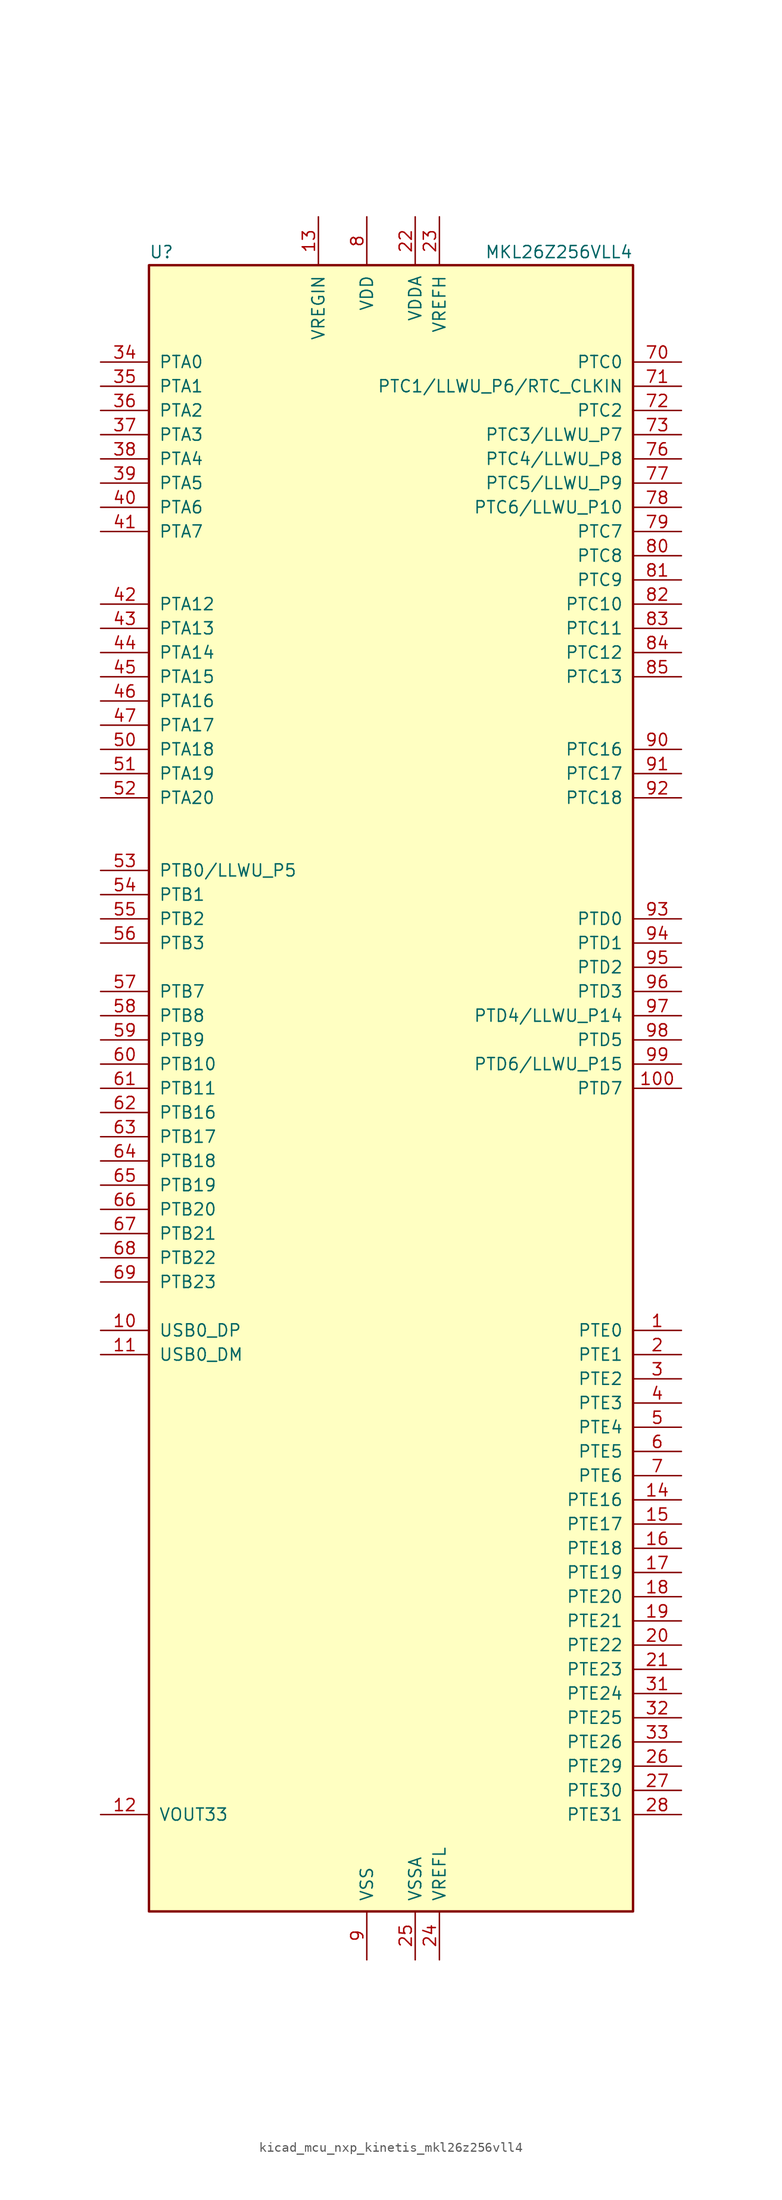
<source format=kicad_sym>
(kicad_symbol_lib
  (version 20220914)
  (generator kicad_symbol_editor)
  (symbol "kicad_mcu_nxp_kinetis_mkl26z256vll4"
    (pin_names
      (offset 1.016))
    (property "Reference" "U"
      (at -25.4 86.995 0)
      (effects (font (size 1.27 1.27)) (justify left bottom)))
    (property "Value" "MKL26Z256VLL4"
      (at 25.4 86.995 0)
      (effects (font (size 1.27 1.27)) (justify right bottom)))
    (symbol "kicad_mcu_nxp_kinetis_mkl26z256vll4_0_1"
      (rectangle (start -25.4 86.36) (end 25.4 -86.36) (stroke (width 0.254) (type default)) (fill (type background))))
    (symbol "kicad_mcu_nxp_kinetis_mkl26z256vll4_1_1"
      (pin bidirectional line (at 30.48 -25.4 180) (length 5.08) (name "PTE0" (effects (font (size 1.27 1.27)))) (number "1" (effects (font (size 1.27 1.27)))))
      (pin bidirectional line (at -30.48 -25.4 0) (length 5.08) (name "USB0_DP" (effects (font (size 1.27 1.27)))) (number "10" (effects (font (size 1.27 1.27)))))
      (pin bidirectional line (at 30.48 0 180) (length 5.08) (name "PTD7" (effects (font (size 1.27 1.27)))) (number "100" (effects (font (size 1.27 1.27)))))
      (pin bidirectional line (at -30.48 -27.94 0) (length 5.08) (name "USB0_DM" (effects (font (size 1.27 1.27)))) (number "11" (effects (font (size 1.27 1.27)))))
      (pin power_out line (at -30.48 -76.2 0) (length 5.08) (name "VOUT33" (effects (font (size 1.27 1.27)))) (number "12" (effects (font (size 1.27 1.27)))))
      (pin power_in line (at -7.62 91.44 270) (length 5.08) (name "VREGIN" (effects (font (size 1.27 1.27)))) (number "13" (effects (font (size 1.27 1.27)))))
      (pin bidirectional line (at 30.48 -43.18 180) (length 5.08) (name "PTE16" (effects (font (size 1.27 1.27)))) (number "14" (effects (font (size 1.27 1.27)))))
      (pin bidirectional line (at 30.48 -45.72 180) (length 5.08) (name "PTE17" (effects (font (size 1.27 1.27)))) (number "15" (effects (font (size 1.27 1.27)))))
      (pin bidirectional line (at 30.48 -48.26 180) (length 5.08) (name "PTE18" (effects (font (size 1.27 1.27)))) (number "16" (effects (font (size 1.27 1.27)))))
      (pin bidirectional line (at 30.48 -50.8 180) (length 5.08) (name "PTE19" (effects (font (size 1.27 1.27)))) (number "17" (effects (font (size 1.27 1.27)))))
      (pin bidirectional line (at 30.48 -53.34 180) (length 5.08) (name "PTE20" (effects (font (size 1.27 1.27)))) (number "18" (effects (font (size 1.27 1.27)))))
      (pin bidirectional line (at 30.48 -55.88 180) (length 5.08) (name "PTE21" (effects (font (size 1.27 1.27)))) (number "19" (effects (font (size 1.27 1.27)))))
      (pin bidirectional line (at 30.48 -27.94 180) (length 5.08) (name "PTE1" (effects (font (size 1.27 1.27)))) (number "2" (effects (font (size 1.27 1.27)))))
      (pin bidirectional line (at 30.48 -58.42 180) (length 5.08) (name "PTE22" (effects (font (size 1.27 1.27)))) (number "20" (effects (font (size 1.27 1.27)))))
      (pin bidirectional line (at 30.48 -60.96 180) (length 5.08) (name "PTE23" (effects (font (size 1.27 1.27)))) (number "21" (effects (font (size 1.27 1.27)))))
      (pin power_in line (at 2.54 91.44 270) (length 5.08) (name "VDDA" (effects (font (size 1.27 1.27)))) (number "22" (effects (font (size 1.27 1.27)))))
      (pin power_in line (at 5.08 91.44 270) (length 5.08) (name "VREFH" (effects (font (size 1.27 1.27)))) (number "23" (effects (font (size 1.27 1.27)))))
      (pin power_in line (at 5.08 -91.44 90) (length 5.08) (name "VREFL" (effects (font (size 1.27 1.27)))) (number "24" (effects (font (size 1.27 1.27)))))
      (pin power_in line (at 2.54 -91.44 90) (length 5.08) (name "VSSA" (effects (font (size 1.27 1.27)))) (number "25" (effects (font (size 1.27 1.27)))))
      (pin bidirectional line (at 30.48 -71.12 180) (length 5.08) (name "PTE29" (effects (font (size 1.27 1.27)))) (number "26" (effects (font (size 1.27 1.27)))))
      (pin bidirectional line (at 30.48 -73.66 180) (length 5.08) (name "PTE30" (effects (font (size 1.27 1.27)))) (number "27" (effects (font (size 1.27 1.27)))))
      (pin bidirectional line (at 30.48 -76.2 180) (length 5.08) (name "PTE31" (effects (font (size 1.27 1.27)))) (number "28" (effects (font (size 1.27 1.27)))))
      (pin passive line (at -2.54 -91.44 90) (length 5.08) hide (name "VSS" (effects (font (size 1.27 1.27)))) (number "29" (effects (font (size 1.27 1.27)))))
      (pin bidirectional line (at 30.48 -30.48 180) (length 5.08) (name "PTE2" (effects (font (size 1.27 1.27)))) (number "3" (effects (font (size 1.27 1.27)))))
      (pin passive line (at -2.54 91.44 270) (length 5.08) hide (name "VDD" (effects (font (size 1.27 1.27)))) (number "30" (effects (font (size 1.27 1.27)))))
      (pin bidirectional line (at 30.48 -63.5 180) (length 5.08) (name "PTE24" (effects (font (size 1.27 1.27)))) (number "31" (effects (font (size 1.27 1.27)))))
      (pin bidirectional line (at 30.48 -66.04 180) (length 5.08) (name "PTE25" (effects (font (size 1.27 1.27)))) (number "32" (effects (font (size 1.27 1.27)))))
      (pin bidirectional line (at 30.48 -68.58 180) (length 5.08) (name "PTE26" (effects (font (size 1.27 1.27)))) (number "33" (effects (font (size 1.27 1.27)))))
      (pin bidirectional line (at -30.48 76.2 0) (length 5.08) (name "PTA0" (effects (font (size 1.27 1.27)))) (number "34" (effects (font (size 1.27 1.27)))))
      (pin bidirectional line (at -30.48 73.66 0) (length 5.08) (name "PTA1" (effects (font (size 1.27 1.27)))) (number "35" (effects (font (size 1.27 1.27)))))
      (pin bidirectional line (at -30.48 71.12 0) (length 5.08) (name "PTA2" (effects (font (size 1.27 1.27)))) (number "36" (effects (font (size 1.27 1.27)))))
      (pin bidirectional line (at -30.48 68.58 0) (length 5.08) (name "PTA3" (effects (font (size 1.27 1.27)))) (number "37" (effects (font (size 1.27 1.27)))))
      (pin bidirectional line (at -30.48 66.04 0) (length 5.08) (name "PTA4" (effects (font (size 1.27 1.27)))) (number "38" (effects (font (size 1.27 1.27)))))
      (pin bidirectional line (at -30.48 63.5 0) (length 5.08) (name "PTA5" (effects (font (size 1.27 1.27)))) (number "39" (effects (font (size 1.27 1.27)))))
      (pin bidirectional line (at 30.48 -33.02 180) (length 5.08) (name "PTE3" (effects (font (size 1.27 1.27)))) (number "4" (effects (font (size 1.27 1.27)))))
      (pin bidirectional line (at -30.48 60.96 0) (length 5.08) (name "PTA6" (effects (font (size 1.27 1.27)))) (number "40" (effects (font (size 1.27 1.27)))))
      (pin bidirectional line (at -30.48 58.42 0) (length 5.08) (name "PTA7" (effects (font (size 1.27 1.27)))) (number "41" (effects (font (size 1.27 1.27)))))
      (pin bidirectional line (at -30.48 50.8 0) (length 5.08) (name "PTA12" (effects (font (size 1.27 1.27)))) (number "42" (effects (font (size 1.27 1.27)))))
      (pin bidirectional line (at -30.48 48.26 0) (length 5.08) (name "PTA13" (effects (font (size 1.27 1.27)))) (number "43" (effects (font (size 1.27 1.27)))))
      (pin bidirectional line (at -30.48 45.72 0) (length 5.08) (name "PTA14" (effects (font (size 1.27 1.27)))) (number "44" (effects (font (size 1.27 1.27)))))
      (pin bidirectional line (at -30.48 43.18 0) (length 5.08) (name "PTA15" (effects (font (size 1.27 1.27)))) (number "45" (effects (font (size 1.27 1.27)))))
      (pin bidirectional line (at -30.48 40.64 0) (length 5.08) (name "PTA16" (effects (font (size 1.27 1.27)))) (number "46" (effects (font (size 1.27 1.27)))))
      (pin bidirectional line (at -30.48 38.1 0) (length 5.08) (name "PTA17" (effects (font (size 1.27 1.27)))) (number "47" (effects (font (size 1.27 1.27)))))
      (pin passive line (at -2.54 91.44 270) (length 5.08) hide (name "VDD" (effects (font (size 1.27 1.27)))) (number "48" (effects (font (size 1.27 1.27)))))
      (pin passive line (at -2.54 -91.44 90) (length 5.08) hide (name "VSS" (effects (font (size 1.27 1.27)))) (number "49" (effects (font (size 1.27 1.27)))))
      (pin bidirectional line (at 30.48 -35.56 180) (length 5.08) (name "PTE4" (effects (font (size 1.27 1.27)))) (number "5" (effects (font (size 1.27 1.27)))))
      (pin bidirectional line (at -30.48 35.56 0) (length 5.08) (name "PTA18" (effects (font (size 1.27 1.27)))) (number "50" (effects (font (size 1.27 1.27)))))
      (pin bidirectional line (at -30.48 33.02 0) (length 5.08) (name "PTA19" (effects (font (size 1.27 1.27)))) (number "51" (effects (font (size 1.27 1.27)))))
      (pin bidirectional line (at -30.48 30.48 0) (length 5.08) (name "PTA20" (effects (font (size 1.27 1.27)))) (number "52" (effects (font (size 1.27 1.27)))))
      (pin bidirectional line (at -30.48 22.86 0) (length 5.08) (name "PTB0/LLWU_P5" (effects (font (size 1.27 1.27)))) (number "53" (effects (font (size 1.27 1.27)))))
      (pin bidirectional line (at -30.48 20.32 0) (length 5.08) (name "PTB1" (effects (font (size 1.27 1.27)))) (number "54" (effects (font (size 1.27 1.27)))))
      (pin bidirectional line (at -30.48 17.78 0) (length 5.08) (name "PTB2" (effects (font (size 1.27 1.27)))) (number "55" (effects (font (size 1.27 1.27)))))
      (pin bidirectional line (at -30.48 15.24 0) (length 5.08) (name "PTB3" (effects (font (size 1.27 1.27)))) (number "56" (effects (font (size 1.27 1.27)))))
      (pin bidirectional line (at -30.48 10.16 0) (length 5.08) (name "PTB7" (effects (font (size 1.27 1.27)))) (number "57" (effects (font (size 1.27 1.27)))))
      (pin bidirectional line (at -30.48 7.62 0) (length 5.08) (name "PTB8" (effects (font (size 1.27 1.27)))) (number "58" (effects (font (size 1.27 1.27)))))
      (pin bidirectional line (at -30.48 5.08 0) (length 5.08) (name "PTB9" (effects (font (size 1.27 1.27)))) (number "59" (effects (font (size 1.27 1.27)))))
      (pin bidirectional line (at 30.48 -38.1 180) (length 5.08) (name "PTE5" (effects (font (size 1.27 1.27)))) (number "6" (effects (font (size 1.27 1.27)))))
      (pin bidirectional line (at -30.48 2.54 0) (length 5.08) (name "PTB10" (effects (font (size 1.27 1.27)))) (number "60" (effects (font (size 1.27 1.27)))))
      (pin bidirectional line (at -30.48 0 0) (length 5.08) (name "PTB11" (effects (font (size 1.27 1.27)))) (number "61" (effects (font (size 1.27 1.27)))))
      (pin bidirectional line (at -30.48 -2.54 0) (length 5.08) (name "PTB16" (effects (font (size 1.27 1.27)))) (number "62" (effects (font (size 1.27 1.27)))))
      (pin bidirectional line (at -30.48 -5.08 0) (length 5.08) (name "PTB17" (effects (font (size 1.27 1.27)))) (number "63" (effects (font (size 1.27 1.27)))))
      (pin bidirectional line (at -30.48 -7.62 0) (length 5.08) (name "PTB18" (effects (font (size 1.27 1.27)))) (number "64" (effects (font (size 1.27 1.27)))))
      (pin bidirectional line (at -30.48 -10.16 0) (length 5.08) (name "PTB19" (effects (font (size 1.27 1.27)))) (number "65" (effects (font (size 1.27 1.27)))))
      (pin bidirectional line (at -30.48 -12.7 0) (length 5.08) (name "PTB20" (effects (font (size 1.27 1.27)))) (number "66" (effects (font (size 1.27 1.27)))))
      (pin bidirectional line (at -30.48 -15.24 0) (length 5.08) (name "PTB21" (effects (font (size 1.27 1.27)))) (number "67" (effects (font (size 1.27 1.27)))))
      (pin bidirectional line (at -30.48 -17.78 0) (length 5.08) (name "PTB22" (effects (font (size 1.27 1.27)))) (number "68" (effects (font (size 1.27 1.27)))))
      (pin bidirectional line (at -30.48 -20.32 0) (length 5.08) (name "PTB23" (effects (font (size 1.27 1.27)))) (number "69" (effects (font (size 1.27 1.27)))))
      (pin bidirectional line (at 30.48 -40.64 180) (length 5.08) (name "PTE6" (effects (font (size 1.27 1.27)))) (number "7" (effects (font (size 1.27 1.27)))))
      (pin bidirectional line (at 30.48 76.2 180) (length 5.08) (name "PTC0" (effects (font (size 1.27 1.27)))) (number "70" (effects (font (size 1.27 1.27)))))
      (pin bidirectional line (at 30.48 73.66 180) (length 5.08) (name "PTC1/LLWU_P6/RTC_CLKIN" (effects (font (size 1.27 1.27)))) (number "71" (effects (font (size 1.27 1.27)))))
      (pin bidirectional line (at 30.48 71.12 180) (length 5.08) (name "PTC2" (effects (font (size 1.27 1.27)))) (number "72" (effects (font (size 1.27 1.27)))))
      (pin bidirectional line (at 30.48 68.58 180) (length 5.08) (name "PTC3/LLWU_P7" (effects (font (size 1.27 1.27)))) (number "73" (effects (font (size 1.27 1.27)))))
      (pin passive line (at -2.54 -91.44 90) (length 5.08) hide (name "VSS" (effects (font (size 1.27 1.27)))) (number "74" (effects (font (size 1.27 1.27)))))
      (pin passive line (at -2.54 91.44 270) (length 5.08) hide (name "VDD" (effects (font (size 1.27 1.27)))) (number "75" (effects (font (size 1.27 1.27)))))
      (pin bidirectional line (at 30.48 66.04 180) (length 5.08) (name "PTC4/LLWU_P8" (effects (font (size 1.27 1.27)))) (number "76" (effects (font (size 1.27 1.27)))))
      (pin bidirectional line (at 30.48 63.5 180) (length 5.08) (name "PTC5/LLWU_P9" (effects (font (size 1.27 1.27)))) (number "77" (effects (font (size 1.27 1.27)))))
      (pin bidirectional line (at 30.48 60.96 180) (length 5.08) (name "PTC6/LLWU_P10" (effects (font (size 1.27 1.27)))) (number "78" (effects (font (size 1.27 1.27)))))
      (pin bidirectional line (at 30.48 58.42 180) (length 5.08) (name "PTC7" (effects (font (size 1.27 1.27)))) (number "79" (effects (font (size 1.27 1.27)))))
      (pin power_in line (at -2.54 91.44 270) (length 5.08) (name "VDD" (effects (font (size 1.27 1.27)))) (number "8" (effects (font (size 1.27 1.27)))))
      (pin bidirectional line (at 30.48 55.88 180) (length 5.08) (name "PTC8" (effects (font (size 1.27 1.27)))) (number "80" (effects (font (size 1.27 1.27)))))
      (pin bidirectional line (at 30.48 53.34 180) (length 5.08) (name "PTC9" (effects (font (size 1.27 1.27)))) (number "81" (effects (font (size 1.27 1.27)))))
      (pin bidirectional line (at 30.48 50.8 180) (length 5.08) (name "PTC10" (effects (font (size 1.27 1.27)))) (number "82" (effects (font (size 1.27 1.27)))))
      (pin bidirectional line (at 30.48 48.26 180) (length 5.08) (name "PTC11" (effects (font (size 1.27 1.27)))) (number "83" (effects (font (size 1.27 1.27)))))
      (pin bidirectional line (at 30.48 45.72 180) (length 5.08) (name "PTC12" (effects (font (size 1.27 1.27)))) (number "84" (effects (font (size 1.27 1.27)))))
      (pin bidirectional line (at 30.48 43.18 180) (length 5.08) (name "PTC13" (effects (font (size 1.27 1.27)))) (number "85" (effects (font (size 1.27 1.27)))))
      (pin no_connect line (at -25.4 -63.5 0) (length 5.08) hide (name "NC" (effects (font (size 1.27 1.27)))) (number "86" (effects (font (size 1.27 1.27)))))
      (pin no_connect line (at -25.4 -66.04 0) (length 5.08) hide (name "NC" (effects (font (size 1.27 1.27)))) (number "87" (effects (font (size 1.27 1.27)))))
      (pin no_connect line (at -25.4 -68.58 0) (length 5.08) hide (name "NC" (effects (font (size 1.27 1.27)))) (number "88" (effects (font (size 1.27 1.27)))))
      (pin no_connect line (at -25.4 -71.12 0) (length 5.08) hide (name "NC" (effects (font (size 1.27 1.27)))) (number "89" (effects (font (size 1.27 1.27)))))
      (pin power_in line (at -2.54 -91.44 90) (length 5.08) (name "VSS" (effects (font (size 1.27 1.27)))) (number "9" (effects (font (size 1.27 1.27)))))
      (pin bidirectional line (at 30.48 35.56 180) (length 5.08) (name "PTC16" (effects (font (size 1.27 1.27)))) (number "90" (effects (font (size 1.27 1.27)))))
      (pin bidirectional line (at 30.48 33.02 180) (length 5.08) (name "PTC17" (effects (font (size 1.27 1.27)))) (number "91" (effects (font (size 1.27 1.27)))))
      (pin bidirectional line (at 30.48 30.48 180) (length 5.08) (name "PTC18" (effects (font (size 1.27 1.27)))) (number "92" (effects (font (size 1.27 1.27)))))
      (pin bidirectional line (at 30.48 17.78 180) (length 5.08) (name "PTD0" (effects (font (size 1.27 1.27)))) (number "93" (effects (font (size 1.27 1.27)))))
      (pin bidirectional line (at 30.48 15.24 180) (length 5.08) (name "PTD1" (effects (font (size 1.27 1.27)))) (number "94" (effects (font (size 1.27 1.27)))))
      (pin bidirectional line (at 30.48 12.7 180) (length 5.08) (name "PTD2" (effects (font (size 1.27 1.27)))) (number "95" (effects (font (size 1.27 1.27)))))
      (pin bidirectional line (at 30.48 10.16 180) (length 5.08) (name "PTD3" (effects (font (size 1.27 1.27)))) (number "96" (effects (font (size 1.27 1.27)))))
      (pin bidirectional line (at 30.48 7.62 180) (length 5.08) (name "PTD4/LLWU_P14" (effects (font (size 1.27 1.27)))) (number "97" (effects (font (size 1.27 1.27)))))
      (pin bidirectional line (at 30.48 5.08 180) (length 5.08) (name "PTD5" (effects (font (size 1.27 1.27)))) (number "98" (effects (font (size 1.27 1.27)))))
      (pin bidirectional line (at 30.48 2.54 180) (length 5.08) (name "PTD6/LLWU_P15" (effects (font (size 1.27 1.27)))) (number "99" (effects (font (size 1.27 1.27))))))))
</source>
